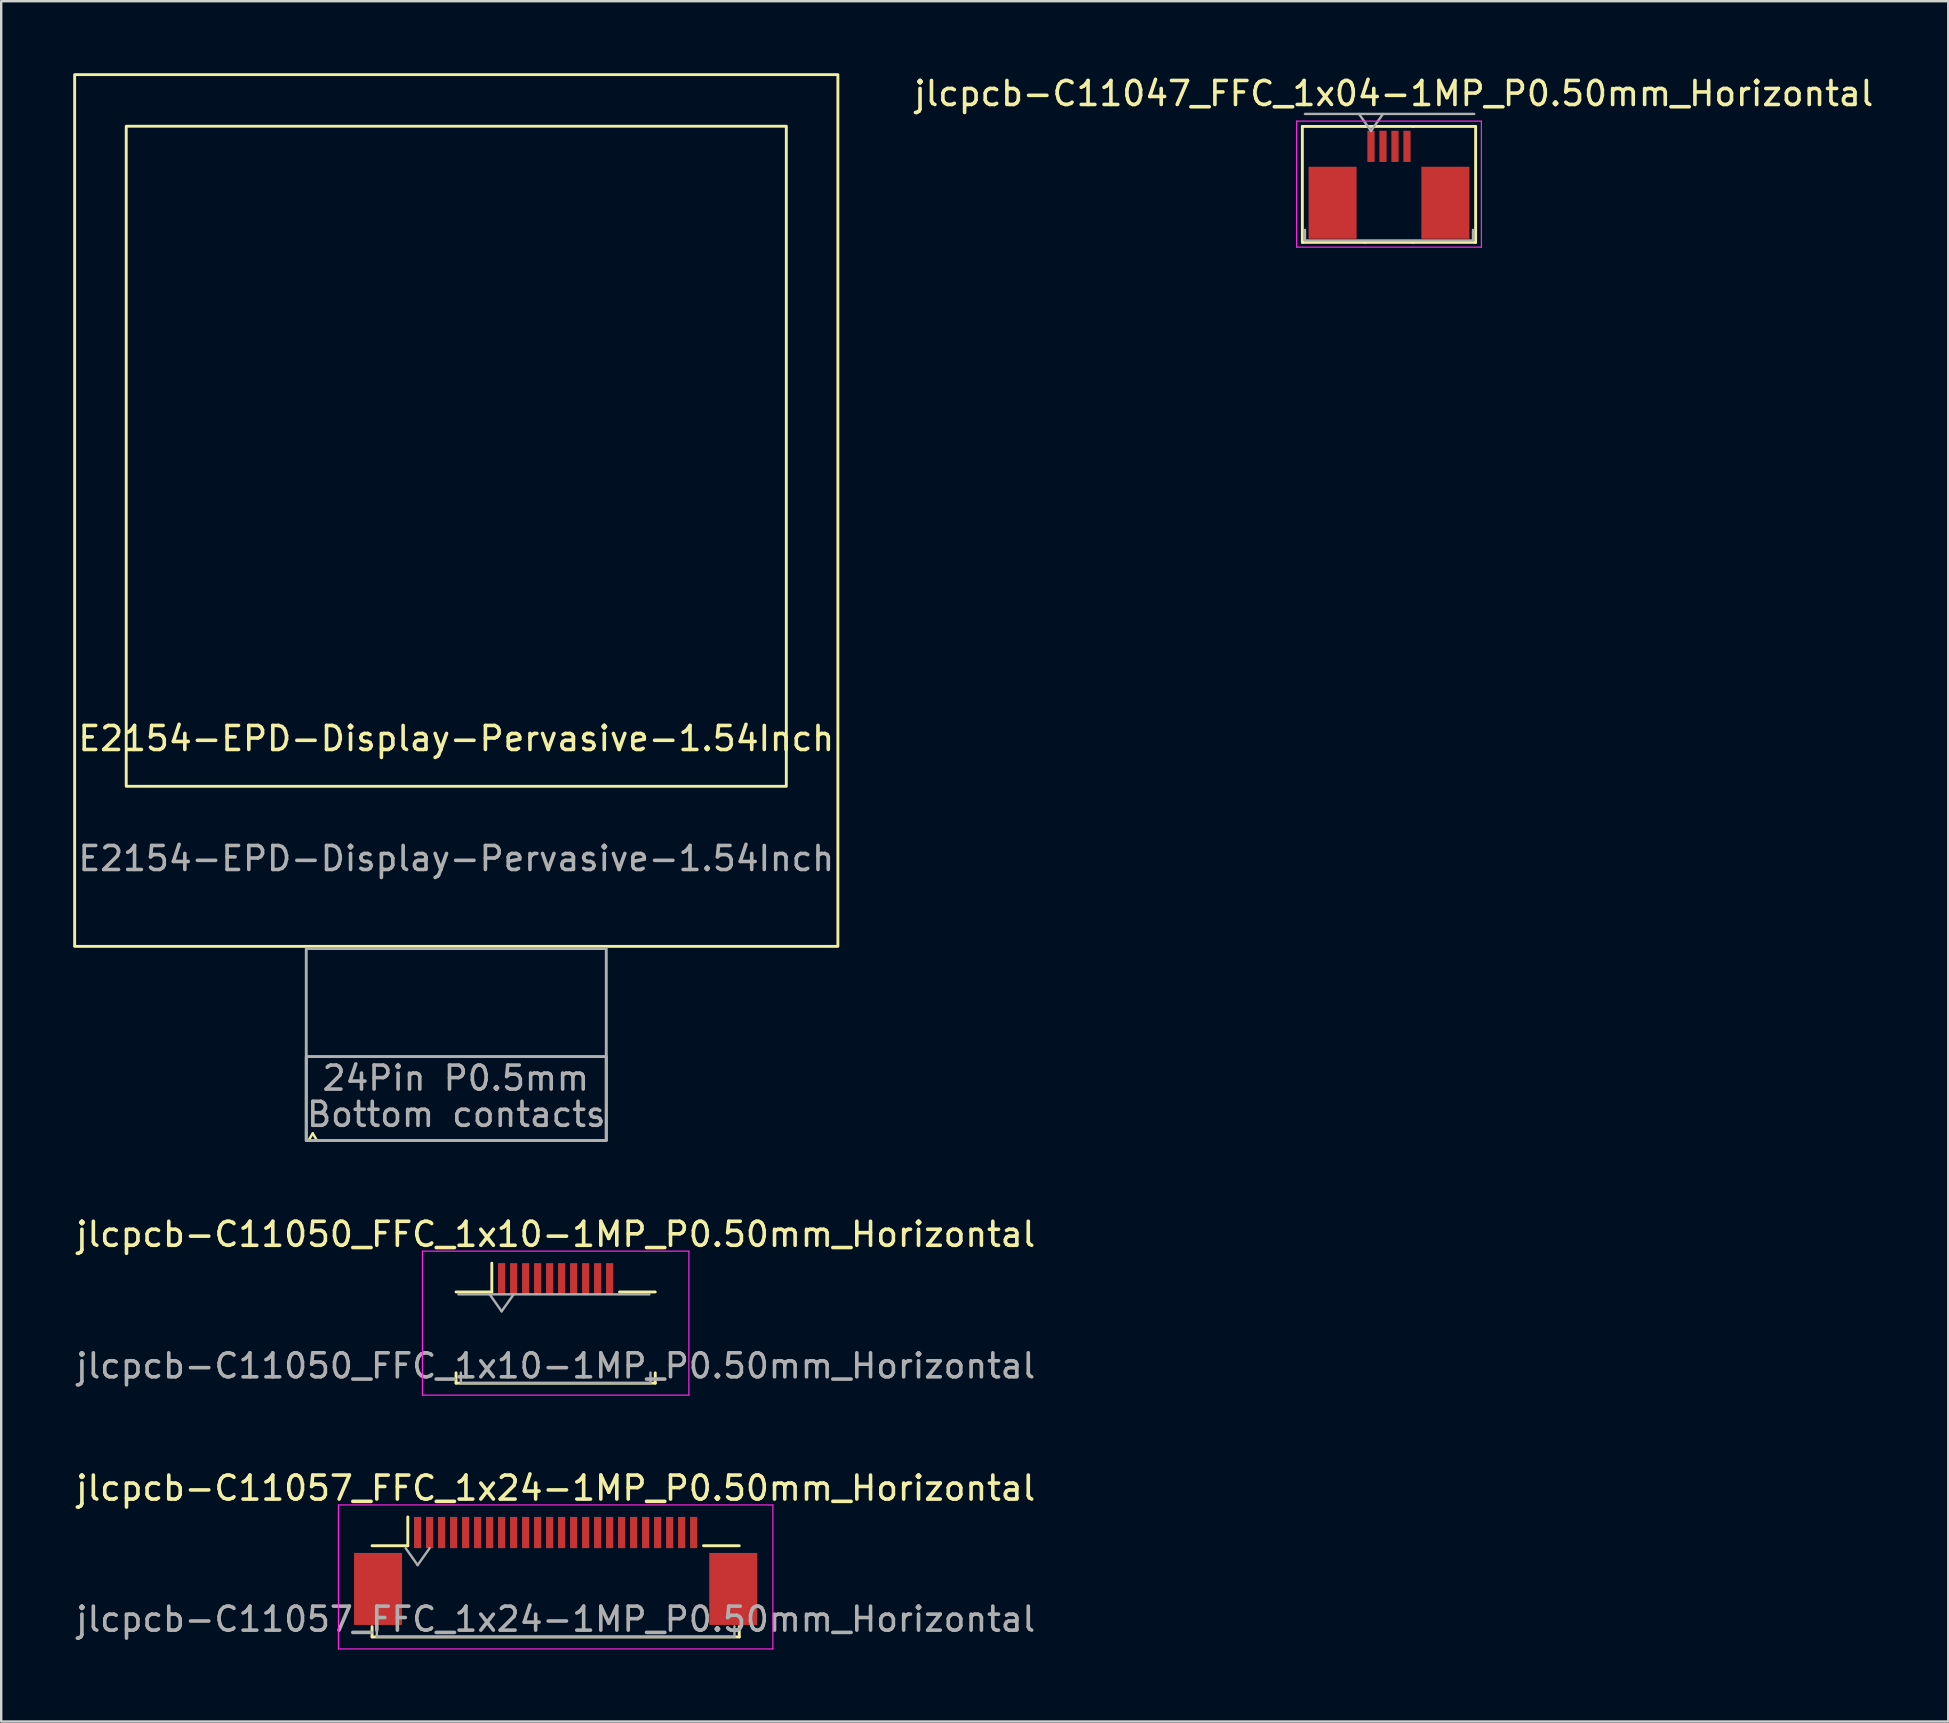
<source format=kicad_pcb>
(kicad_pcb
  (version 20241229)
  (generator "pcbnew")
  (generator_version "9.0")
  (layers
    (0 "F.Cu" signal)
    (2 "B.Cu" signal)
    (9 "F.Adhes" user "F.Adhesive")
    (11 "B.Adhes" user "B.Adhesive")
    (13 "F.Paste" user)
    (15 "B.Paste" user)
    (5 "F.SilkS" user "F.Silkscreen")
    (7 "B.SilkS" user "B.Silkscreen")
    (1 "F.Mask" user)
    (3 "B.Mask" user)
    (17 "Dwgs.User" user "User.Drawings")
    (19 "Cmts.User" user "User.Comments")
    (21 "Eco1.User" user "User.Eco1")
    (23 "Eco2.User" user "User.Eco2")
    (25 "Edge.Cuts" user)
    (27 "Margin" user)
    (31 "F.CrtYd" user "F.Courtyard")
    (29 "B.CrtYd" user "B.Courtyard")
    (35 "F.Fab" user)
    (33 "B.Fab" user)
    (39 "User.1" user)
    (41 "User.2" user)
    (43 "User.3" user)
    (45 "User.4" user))
  (footprint "jlcpcb-C11057_FFC_1x24-1MP_P0.50mm_Horizontal"
    (layer "F.Cu")
    (at 20.101 61.852)
    (property "Reference" "jlcpcb-C11057_FFC_1x24-1MP_P0.50mm_Horizontal" (at 0 -2.9 0) (layer "F.SilkS") (effects (font (size 1 1) (thickness 0.15))))
    (attr smd)
    (fp_line (start -7.65 2.87) (end -7.65 3.3) (stroke (width 0.12) (type solid)) (layer "F.SilkS"))
    (fp_line (start -7.65 3.3) (end 7.65 3.3) (stroke (width 0.12) (type solid)) (layer "F.SilkS"))
    (fp_line (start -6.16 -0.5) (end -7.65 -0.5) (stroke (width 0.12) (type solid)) (layer "F.SilkS"))
    (fp_line (start -6.16 -0.5) (end -6.16 -1.7) (stroke (width 0.12) (type solid)) (layer "F.SilkS"))
    (fp_line (start 6.16 -0.5) (end 7.65 -0.5) (stroke (width 0.12) (type solid)) (layer "F.SilkS"))
    (fp_line (start 7.65 2.87) (end 7.65 3.3) (stroke (width 0.12) (type solid)) (layer "F.SilkS"))
    (fp_line (start -9.05 -2.2) (end -9.05 3.8) (stroke (width 0.05) (type solid)) (layer "F.CrtYd"))
    (fp_line (start -9.05 3.8) (end 9.05 3.8) (stroke (width 0.05) (type solid)) (layer "F.CrtYd"))
    (fp_line (start 9.05 -2.2) (end -9.05 -2.2) (stroke (width 0.05) (type solid)) (layer "F.CrtYd"))
    (fp_line (start 9.05 3.8) (end 9.05 -2.2) (stroke (width 0.05) (type solid)) (layer "F.CrtYd"))
    (fp_line (start -7.45 2.86) (end -7.45 3.3) (stroke (width 0.1) (type solid)) (layer "F.Fab"))
    (fp_line (start -7.45 3.3) (end 7.45 3.3) (stroke (width 0.1) (type solid)) (layer "F.Fab"))
    (fp_line (start -6.25 -0.4) (end -5.75 0.307) (stroke (width 0.1) (type solid)) (layer "F.Fab"))
    (fp_line (start -5.75 0.307) (end -5.25 -0.4) (stroke (width 0.1) (type solid)) (layer "F.Fab"))
    (fp_line (start 7.45 2.86) (end 7.45 3.3) (stroke (width 0.1) (type solid)) (layer "F.Fab"))
    (fp_text user "${REFERENCE}" (at 0 2.561 0) (layer "F.Fab") (effects (font (size 1 1) (thickness 0.15))))
    (pad "1" smd rect (at -5.75 -1.05) (size 0.3 1.3) (layers "F.Cu" "F.Mask" "F.Paste"))
    (pad "2" smd rect (at -5.25 -1.05) (size 0.3 1.3) (layers "F.Cu" "F.Mask" "F.Paste"))
    (pad "3" smd rect (at -4.75 -1.05) (size 0.3 1.3) (layers "F.Cu" "F.Mask" "F.Paste"))
    (pad "4" smd rect (at -4.25 -1.05) (size 0.3 1.3) (layers "F.Cu" "F.Mask" "F.Paste"))
    (pad "5" smd rect (at -3.75 -1.05) (size 0.3 1.3) (layers "F.Cu" "F.Mask" "F.Paste"))
    (pad "6" smd rect (at -3.25 -1.05) (size 0.3 1.3) (layers "F.Cu" "F.Mask" "F.Paste"))
    (pad "7" smd rect (at -2.75 -1.05) (size 0.3 1.3) (layers "F.Cu" "F.Mask" "F.Paste"))
    (pad "8" smd rect (at -2.25 -1.05) (size 0.3 1.3) (layers "F.Cu" "F.Mask" "F.Paste"))
    (pad "9" smd rect (at -1.75 -1.05) (size 0.3 1.3) (layers "F.Cu" "F.Mask" "F.Paste"))
    (pad "10" smd rect (at -1.25 -1.05) (size 0.3 1.3) (layers "F.Cu" "F.Mask" "F.Paste"))
    (pad "11" smd rect (at -0.75 -1.05) (size 0.3 1.3) (layers "F.Cu" "F.Mask" "F.Paste"))
    (pad "12" smd rect (at -0.25 -1.05) (size 0.3 1.3) (layers "F.Cu" "F.Mask" "F.Paste"))
    (pad "13" smd rect (at 0.25 -1.05) (size 0.3 1.3) (layers "F.Cu" "F.Mask" "F.Paste"))
    (pad "14" smd rect (at 0.75 -1.05) (size 0.3 1.3) (layers "F.Cu" "F.Mask" "F.Paste"))
    (pad "15" smd rect (at 1.25 -1.05) (size 0.3 1.3) (layers "F.Cu" "F.Mask" "F.Paste"))
    (pad "16" smd rect (at 1.75 -1.05) (size 0.3 1.3) (layers "F.Cu" "F.Mask" "F.Paste"))
    (pad "17" smd rect (at 2.25 -1.05) (size 0.3 1.3) (layers "F.Cu" "F.Mask" "F.Paste"))
    (pad "18" smd rect (at 2.75 -1.05) (size 0.3 1.3) (layers "F.Cu" "F.Mask" "F.Paste"))
    (pad "19" smd rect (at 3.25 -1.05) (size 0.3 1.3) (layers "F.Cu" "F.Mask" "F.Paste"))
    (pad "20" smd rect (at 3.75 -1.05) (size 0.3 1.3) (layers "F.Cu" "F.Mask" "F.Paste"))
    (pad "21" smd rect (at 4.25 -1.05) (size 0.3 1.3) (layers "F.Cu" "F.Mask" "F.Paste"))
    (pad "22" smd rect (at 4.75 -1.05) (size 0.3 1.3) (layers "F.Cu" "F.Mask" "F.Paste"))
    (pad "23" smd rect (at 5.25 -1.05) (size 0.3 1.3) (layers "F.Cu" "F.Mask" "F.Paste"))
    (pad "24" smd rect (at 5.75 -1.05) (size 0.3 1.3) (layers "F.Cu" "F.Mask" "F.Paste"))
    (pad "MP" smd rect (at -7.4 1.3) (size 2 3) (layers "F.Cu" "F.Mask" "F.Paste"))
    (pad "MP" smd rect (at 7.4 1.3) (size 2 3) (layers "F.Cu" "F.Mask" "F.Paste")))
  (footprint "jlcpcb-C11050_FFC_1x10-1MP_P0.50mm_Horizontal"
    (layer "F.Cu")
    (at 20.101 51.248)
    (property "Reference" "jlcpcb-C11050_FFC_1x10-1MP_P0.50mm_Horizontal" (at 0 -2.87 0) (layer "F.SilkS") (effects (font (size 1 1) (thickness 0.15))))
    (attr smd)
    (fp_line (start -4.15 2.9) (end -4.15 3.33) (stroke (width 0.12) (type solid)) (layer "F.SilkS"))
    (fp_line (start -4.15 3.33) (end 4.15 3.33) (stroke (width 0.12) (type solid)) (layer "F.SilkS"))
    (fp_line (start -2.66 -0.47) (end -4.15 -0.47) (stroke (width 0.12) (type solid)) (layer "F.SilkS"))
    (fp_line (start -2.66 -0.47) (end -2.66 -1.67) (stroke (width 0.12) (type solid)) (layer "F.SilkS"))
    (fp_line (start 2.66 -0.47) (end 4.15 -0.47) (stroke (width 0.12) (type solid)) (layer "F.SilkS"))
    (fp_line (start 4.15 2.9) (end 4.15 3.33) (stroke (width 0.12) (type solid)) (layer "F.SilkS"))
    (fp_line (start -5.55 -2.17) (end -5.55 3.83) (stroke (width 0.05) (type solid)) (layer "F.CrtYd"))
    (fp_line (start -5.55 3.83) (end 5.55 3.83) (stroke (width 0.05) (type solid)) (layer "F.CrtYd"))
    (fp_line (start 5.55 -2.17) (end -5.55 -2.17) (stroke (width 0.05) (type solid)) (layer "F.CrtYd"))
    (fp_line (start 5.55 3.83) (end 5.55 -2.17) (stroke (width 0.05) (type solid)) (layer "F.CrtYd"))
    (fp_line (start -3.95 2.89) (end -3.95 3.33) (stroke (width 0.1) (type solid)) (layer "F.Fab"))
    (fp_line (start -3.95 3.33) (end 3.95 3.33) (stroke (width 0.1) (type solid)) (layer "F.Fab"))
    (fp_line (start -2.75 -0.37) (end -2.25 0.337) (stroke (width 0.1) (type solid)) (layer "F.Fab"))
    (fp_line (start -2.25 0.337) (end -1.75 -0.37) (stroke (width 0.1) (type solid)) (layer "F.Fab"))
    (fp_line (start 3.904 -0.37) (end -4.05 -0.37) (stroke (width 0.1) (type solid)) (layer "F.Fab"))
    (fp_line (start 3.95 2.89) (end 3.95 3.33) (stroke (width 0.1) (type solid)) (layer "F.Fab"))
    (fp_text user "${REFERENCE}" (at 0 2.61 0) (layer "F.Fab") (effects (font (size 1 1) (thickness 0.15))))
    (pad "" smd rect (at -3.9 1.33) (size 2 3) (layers "F.Paste"))
    (pad "" smd rect (at 3.9 1.33) (size 2 3) (layers "F.Paste"))
    (pad "1" smd rect (at -2.25 -1.02) (size 0.3 1.3) (layers "F.Cu" "F.Mask" "F.Paste"))
    (pad "2" smd rect (at -1.75 -1.02) (size 0.3 1.3) (layers "F.Cu" "F.Mask" "F.Paste"))
    (pad "3" smd rect (at -1.25 -1.02) (size 0.3 1.3) (layers "F.Cu" "F.Mask" "F.Paste"))
    (pad "4" smd rect (at -0.75 -1.02) (size 0.3 1.3) (layers "F.Cu" "F.Mask" "F.Paste"))
    (pad "5" smd rect (at -0.25 -1.02) (size 0.3 1.3) (layers "F.Cu" "F.Mask" "F.Paste"))
    (pad "6" smd rect (at 0.25 -1.02) (size 0.3 1.3) (layers "F.Cu" "F.Mask" "F.Paste"))
    (pad "7" smd rect (at 0.75 -1.02) (size 0.3 1.3) (layers "F.Cu" "F.Mask" "F.Paste"))
    (pad "8" smd rect (at 1.25 -1.02) (size 0.3 1.3) (layers "F.Cu" "F.Mask" "F.Paste"))
    (pad "9" smd rect (at 1.75 -1.02) (size 0.3 1.3) (layers "F.Cu" "F.Mask" "F.Paste"))
    (pad "10" smd rect (at 2.25 -1.02) (size 0.3 1.3) (layers "F.Cu" "F.Mask" "F.Paste")))
  (footprint "jlcpcb-C11047_FFC_1x04-1MP_P0.50mm_Horizontal"
    (layer "F.Cu")
    (at 54.821 3.048)
    (property "Reference" "jlcpcb-C11047_FFC_1x04-1MP_P0.50mm_Horizontal" (at 0.2 -2.2 180) (layer "F.SilkS") (effects (font (size 1 1) (thickness 0.15))))
    (attr through_hole)
    (fp_line (start -3.61 -0.83) (end -1 -0.83) (stroke (width 0.12) (type solid)) (layer "F.SilkS"))
    (fp_line (start -3.61 4) (end -3.61 -0.83) (stroke (width 0.12) (type solid)) (layer "F.SilkS"))
    (fp_line (start -3.61 4) (end -1 4) (stroke (width 0.12) (type solid)) (layer "F.SilkS"))
    (fp_line (start -1 -0.83) (end 1 -0.83) (stroke (width 0.12) (type solid)) (layer "F.SilkS"))
    (fp_line (start -1 4) (end 1 4) (stroke (width 0.12) (type solid)) (layer "F.SilkS"))
    (fp_line (start 3.61 -0.83) (end 1 -0.83) (stroke (width 0.12) (type solid)) (layer "F.SilkS"))
    (fp_line (start 3.61 4) (end 1 4) (stroke (width 0.12) (type solid)) (layer "F.SilkS"))
    (fp_line (start 3.61 4) (end 3.61 -0.83) (stroke (width 0.12) (type solid)) (layer "F.SilkS"))
    (fp_line (start -3.85 -1.05) (end -3.85 4.2) (stroke (width 0.05) (type solid)) (layer "F.CrtYd"))
    (fp_line (start -3.85 -1.05) (end 3.85 -1.05) (stroke (width 0.05) (type solid)) (layer "F.CrtYd"))
    (fp_line (start -3.85 4.2) (end 3.85 4.2) (stroke (width 0.05) (type solid)) (layer "F.CrtYd"))
    (fp_line (start 3.85 -1.05) (end 3.85 4.2) (stroke (width 0.05) (type solid)) (layer "F.CrtYd"))
    (fp_line (start -3.5 3.48) (end -3.5 3.92) (stroke (width 0.1) (type solid)) (layer "F.Fab"))
    (fp_line (start -3.5 3.92) (end 3.5 3.92) (stroke (width 0.1) (type solid)) (layer "F.Fab"))
    (fp_line (start -1.25 -1.35) (end -0.75 -0.643) (stroke (width 0.1) (type solid)) (layer "F.Fab"))
    (fp_line (start -0.75 -0.643) (end -0.25 -1.35) (stroke (width 0.1) (type solid)) (layer "F.Fab"))
    (fp_line (start 3.5 3.48) (end 3.5 3.92) (stroke (width 0.1) (type solid)) (layer "F.Fab"))
    (fp_line (start 3.55 -1.35) (end -3.5 -1.35) (stroke (width 0.1) (type solid)) (layer "F.Fab"))
    (pad "1" smd rect (at -0.75 0) (size 0.3 1.3) (layers "F.Cu" "F.Mask" "F.Paste"))
    (pad "2" smd rect (at -0.25 0) (size 0.3 1.3) (layers "F.Cu" "F.Mask" "F.Paste"))
    (pad "3" smd rect (at 0.25 0) (size 0.3 1.3) (layers "F.Cu" "F.Mask" "F.Paste"))
    (pad "4" smd rect (at 0.75 0) (size 0.3 1.3) (layers "F.Cu" "F.Mask" "F.Paste"))
    (pad "MP" smd rect (at -2.35 2.35) (size 2 3) (layers "F.Cu" "F.Mask" "F.Paste"))
    (pad "MP" smd rect (at 2.35 2.35) (size 2 3) (layers "F.Cu" "F.Mask" "F.Paste")))
  (footprint "E2154-EPD-Display-Pervasive-1.54Inch"
    (layer "F.Cu")
    (at 15.96 18.72)
    (property "Reference" "E2154-EPD-Display-Pervasive-1.54Inch" (at 0 9 0) (unlocked yes) (layer "F.SilkS") (effects (font (size 1 1) (thickness 0.15))))
    (attr smd)
    (fp_line (start -6.14 25.72) (end -5.98 25.45) (stroke (width 0.1) (type solid)) (layer "F.SilkS"))
    (fp_line (start -5.98 25.45) (end -5.82 25.72) (stroke (width 0.1) (type solid)) (layer "F.SilkS"))
    (fp_rect (start -15.9 -18.66) (end 15.9 17.66) (stroke (width 0.12) (type solid)) (fill no) (layer "F.SilkS"))
    (fp_rect (start -13.751 -16.511) (end 13.751 10.991) (stroke (width 0.12) (type solid)) (fill no) (layer "F.SilkS"))
    (fp_rect (start -6.25 17.75) (end 6.25 25.75) (stroke (width 0.12) (type solid)) (fill no) (layer "F.Fab"))
    (fp_rect (start -6.25 25.75) (end 6.25 22.25) (stroke (width 0.12) (type solid)) (fill no) (layer "F.Fab"))
    (fp_text user "Bottom contacts" (at 0 24.66 0) (unlocked yes) (layer "F.Fab") (effects (font (size 1 1) (thickness 0.15))))
    (fp_text user "${REFERENCE}" (at 0 14 0) (unlocked yes) (layer "F.Fab") (effects (font (size 1 1) (thickness 0.15))))
    (fp_text user "24Pin P0.5mm" (at -0.02 23.15 0) (unlocked yes) (layer "F.Fab") (effects (font (size 1 1) (thickness 0.15)))))
  (gr_rect
    (start -3 -3)
    (end 78.122 68.677)
    (stroke (width 0.1) (type default))
    (fill no)
    (layer "Edge.Cuts")))
</source>
